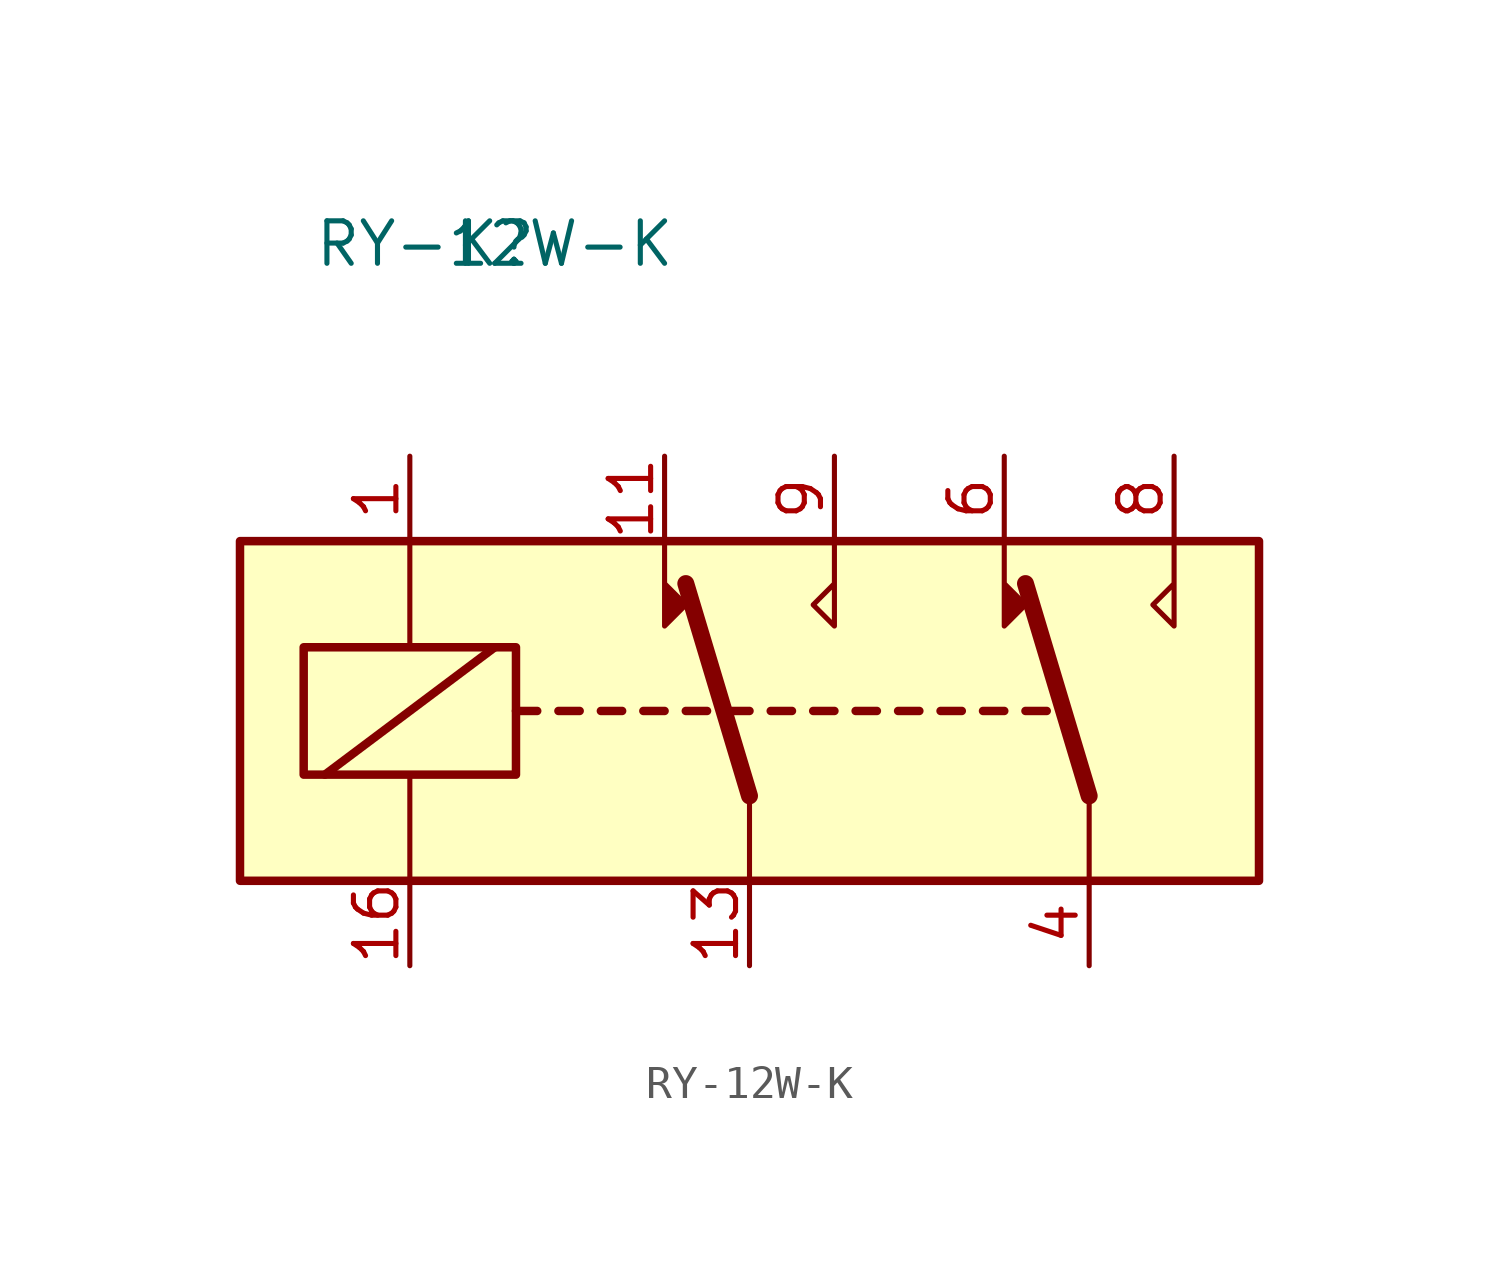
<source format=kicad_sym>
(kicad_symbol_lib
  (version 20231120)
  (generator "kicad_symbol_editor")
  (generator_version "8.0")
  (symbol "RY-12W-K"
    (property "Reference" "K"
      (at 0 0 0)
      (effects (font (size 1.27 1.27))))
    (property "Value" " RY-12W-K"
      (at 0 0 0)
      (effects (font (size 1.27 1.27))))
    (symbol "RY-12W-K_0_1"
      (rectangle (start -7.62 -8.89) (end 22.86 -19.05) (stroke (width 0.254) (type default)) (fill (type background)))
      (rectangle (start -5.715 -12.065) (end 0.635 -15.875) (stroke (width 0.254) (type default)) (fill (type none)))
      (polyline (pts (xy -5.08 -15.875) (xy 0 -12.065)) (stroke (width 0.254) (type default)) (fill (type none)))
      (polyline (pts (xy -2.54 -19.05) (xy -2.54 -15.875)) (stroke (width 0) (type default)) (fill (type none)))
      (polyline (pts (xy -2.54 -8.89) (xy -2.54 -12.065)) (stroke (width 0) (type default)) (fill (type none)))
      (polyline (pts (xy 0.635 -13.97) (xy 1.27 -13.97)) (stroke (width 0.254) (type default)) (fill (type none)))
      (polyline (pts (xy 1.905 -13.97) (xy 2.54 -13.97)) (stroke (width 0.254) (type default)) (fill (type none)))
      (polyline (pts (xy 3.175 -13.97) (xy 3.81 -13.97)) (stroke (width 0.254) (type default)) (fill (type none)))
      (polyline (pts (xy 4.445 -13.97) (xy 5.08 -13.97)) (stroke (width 0.254) (type default)) (fill (type none)))
      (polyline (pts (xy 5.715 -13.97) (xy 6.35 -13.97)) (stroke (width 0.254) (type default)) (fill (type none)))
      (polyline (pts (xy 6.985 -13.97) (xy 7.62 -13.97)) (stroke (width 0.254) (type default)) (fill (type none)))
      (polyline (pts (xy 7.62 -16.51) (xy 5.715 -10.16)) (stroke (width 0.508) (type default)) (fill (type none)))
      (polyline (pts (xy 7.62 -16.51) (xy 7.62 -19.05)) (stroke (width 0) (type default)) (fill (type none)))
      (polyline (pts (xy 8.255 -13.97) (xy 8.89 -13.97)) (stroke (width 0.254) (type default)) (fill (type none)))
      (polyline (pts (xy 9.525 -13.97) (xy 10.16 -13.97)) (stroke (width 0.254) (type default)) (fill (type none)))
      (polyline (pts (xy 10.795 -13.97) (xy 11.43 -13.97)) (stroke (width 0.254) (type default)) (fill (type none)))
      (polyline (pts (xy 12.065 -13.97) (xy 12.7 -13.97)) (stroke (width 0.254) (type default)) (fill (type none)))
      (polyline (pts (xy 13.335 -13.97) (xy 13.97 -13.97)) (stroke (width 0.254) (type default)) (fill (type none)))
      (polyline (pts (xy 14.605 -13.97) (xy 15.24 -13.97)) (stroke (width 0.254) (type default)) (fill (type none)))
      (polyline (pts (xy 15.875 -13.97) (xy 16.51 -13.97)) (stroke (width 0.254) (type default)) (fill (type none)))
      (polyline (pts (xy 17.78 -16.51) (xy 15.875 -10.16)) (stroke (width 0.508) (type default)) (fill (type none)))
      (polyline (pts (xy 17.78 -16.51) (xy 17.78 -19.05)) (stroke (width 0) (type default)) (fill (type none)))
      (polyline (pts (xy 5.08 -8.89) (xy 5.08 -11.43) (xy 5.715 -10.795) (xy 5.08 -10.16)) (stroke (width 0) (type default)) (fill (type outline)))
      (polyline (pts (xy 10.16 -8.89) (xy 10.16 -11.43) (xy 9.525 -10.795) (xy 10.16 -10.16)) (stroke (width 0) (type default)) (fill (type none)))
      (polyline (pts (xy 15.24 -8.89) (xy 15.24 -11.43) (xy 15.875 -10.795) (xy 15.24 -10.16)) (stroke (width 0) (type default)) (fill (type outline)))
      (polyline (pts (xy 20.32 -8.89) (xy 20.32 -11.43) (xy 19.685 -10.795) (xy 20.32 -10.16)) (stroke (width 0) (type default)) (fill (type none))))
    (symbol "RY-12W-K_1_1"
      (pin passive line (at -2.54 -6.35 270) (length 2.54) (name "~" (effects (font (size 1.27 1.27)))) (number "1" (effects (font (size 1.27 1.27)))))
      (pin passive line (at 5.08 -6.35 270) (length 2.54) (name "~" (effects (font (size 1.27 1.27)))) (number "11" (effects (font (size 1.27 1.27)))))
      (pin passive line (at 7.62 -21.59 90) (length 2.54) (name "~" (effects (font (size 1.27 1.27)))) (number "13" (effects (font (size 1.27 1.27)))))
      (pin passive line (at -2.54 -21.59 90) (length 2.54) (name "~" (effects (font (size 1.27 1.27)))) (number "16" (effects (font (size 1.27 1.27)))))
      (pin passive line (at 17.78 -21.59 90) (length 2.54) (name "~" (effects (font (size 1.27 1.27)))) (number "4" (effects (font (size 1.27 1.27)))))
      (pin passive line (at 15.24 -6.35 270) (length 2.54) (name "~" (effects (font (size 1.27 1.27)))) (number "6" (effects (font (size 1.27 1.27)))))
      (pin passive line (at 20.32 -6.35 270) (length 2.54) (name "~" (effects (font (size 1.27 1.27)))) (number "8" (effects (font (size 1.27 1.27)))))
      (pin passive line (at 10.16 -6.35 270) (length 2.54) (name "~" (effects (font (size 1.27 1.27)))) (number "9" (effects (font (size 1.27 1.27))))))))
</source>
